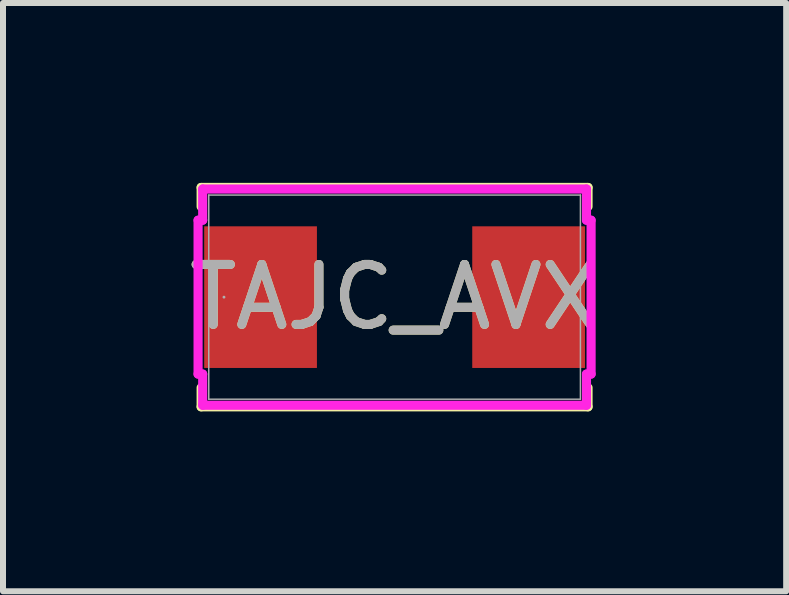
<source format=kicad_pcb>
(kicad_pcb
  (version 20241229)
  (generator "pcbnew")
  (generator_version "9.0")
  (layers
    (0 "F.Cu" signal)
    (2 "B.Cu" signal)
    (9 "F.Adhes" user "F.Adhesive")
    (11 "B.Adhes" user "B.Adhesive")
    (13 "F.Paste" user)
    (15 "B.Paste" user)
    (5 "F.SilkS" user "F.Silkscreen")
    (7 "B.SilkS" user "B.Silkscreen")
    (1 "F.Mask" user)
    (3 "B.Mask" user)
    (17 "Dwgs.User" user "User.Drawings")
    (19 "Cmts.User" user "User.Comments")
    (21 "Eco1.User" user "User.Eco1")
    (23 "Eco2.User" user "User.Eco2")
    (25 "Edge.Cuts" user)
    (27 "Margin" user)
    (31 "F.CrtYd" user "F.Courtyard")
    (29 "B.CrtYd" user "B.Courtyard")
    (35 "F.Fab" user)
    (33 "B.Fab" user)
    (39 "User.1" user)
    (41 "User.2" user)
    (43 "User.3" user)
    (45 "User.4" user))
  (footprint "TAJC_AVX"
    (layer "F.Cu")
    (at 3.53 1.905)
    (property "Reference" "TAJC_AVX" (at 0 0 0) (unlocked yes) (layer "F.SilkS") (effects (font (size 1 1) (thickness 0.15))))
    (attr smd)
    (fp_line (start -3.226 -1.829) (end -3.226 -1.51) (stroke (width 0.152) (type solid)) (layer "F.SilkS"))
    (fp_line (start -3.226 1.51) (end -3.226 1.829) (stroke (width 0.152) (type solid)) (layer "F.SilkS"))
    (fp_line (start -3.226 1.829) (end 3.226 1.829) (stroke (width 0.152) (type solid)) (layer "F.SilkS"))
    (fp_line (start 3.226 -1.829) (end -3.226 -1.829) (stroke (width 0.152) (type solid)) (layer "F.SilkS"))
    (fp_line (start 3.226 -1.51) (end 3.226 -1.829) (stroke (width 0.152) (type solid)) (layer "F.SilkS"))
    (fp_line (start 3.226 1.829) (end 3.226 1.51) (stroke (width 0.152) (type solid)) (layer "F.SilkS"))
    (fp_line (start -3.277 -1.283) (end -3.2 -1.283) (stroke (width 0.152) (type solid)) (layer "F.CrtYd"))
    (fp_line (start -3.277 1.283) (end -3.277 -1.283) (stroke (width 0.152) (type solid)) (layer "F.CrtYd"))
    (fp_line (start -3.2 -1.803) (end 3.2 -1.803) (stroke (width 0.152) (type solid)) (layer "F.CrtYd"))
    (fp_line (start -3.2 -1.283) (end -3.2 -1.803) (stroke (width 0.152) (type solid)) (layer "F.CrtYd"))
    (fp_line (start -3.2 1.283) (end -3.277 1.283) (stroke (width 0.152) (type solid)) (layer "F.CrtYd"))
    (fp_line (start -3.2 1.803) (end -3.2 1.283) (stroke (width 0.152) (type solid)) (layer "F.CrtYd"))
    (fp_line (start 3.2 -1.803) (end 3.2 -1.283) (stroke (width 0.152) (type solid)) (layer "F.CrtYd"))
    (fp_line (start 3.2 -1.283) (end 3.277 -1.283) (stroke (width 0.152) (type solid)) (layer "F.CrtYd"))
    (fp_line (start 3.2 1.283) (end 3.2 1.803) (stroke (width 0.152) (type solid)) (layer "F.CrtYd"))
    (fp_line (start 3.2 1.803) (end -3.2 1.803) (stroke (width 0.152) (type solid)) (layer "F.CrtYd"))
    (fp_line (start 3.277 -1.283) (end 3.277 1.283) (stroke (width 0.152) (type solid)) (layer "F.CrtYd"))
    (fp_line (start 3.277 1.283) (end 3.2 1.283) (stroke (width 0.152) (type solid)) (layer "F.CrtYd"))
    (fp_line (start -3.099 -1.702) (end -3.099 1.702) (stroke (width 0.025) (type solid)) (layer "F.Fab"))
    (fp_line (start -3.099 1.702) (end 3.099 1.702) (stroke (width 0.025) (type solid)) (layer "F.Fab"))
    (fp_line (start 3.099 -1.702) (end -3.099 -1.702) (stroke (width 0.025) (type solid)) (layer "F.Fab"))
    (fp_line (start 3.099 1.702) (end 3.099 -1.702) (stroke (width 0.025) (type solid)) (layer "F.Fab"))
    (fp_circle (center -2.845 0) (end -2.845 0) (stroke (width 0.025) (type solid)) (fill no) (layer "F.Fab"))
    (fp_text user "${REFERENCE}" (at 0 0 0) (unlocked yes) (layer "F.Fab") (effects (font (size 1 1) (thickness 0.15))))
    (pad "1" smd rect (at -2.235 0 90) (size 2.362 1.88) (layers "F.Cu" "F.Mask" "F.Paste"))
    (pad "2" smd rect (at 2.235 0 90) (size 2.362 1.88) (layers "F.Cu" "F.Mask" "F.Paste"))
    (zone (net_name "") (layer "F.Cu") (hatch full 0.508) (connect_pads) (min_thickness 0.254) (filled_areas_thickness no) (keepout (tracks not_allowed) (vias not_allowed) (pads allowed) (copperpour not_allowed) (footprints allowed)) (placement (enabled no)) (fill) (polygon (pts (xy 0.482 0.254) (xy 6.578 0.254) (xy 6.578 0.648) (xy 0.482 0.648))))
    (zone (net_name "") (layer "F.Cu") (hatch full 0.508) (connect_pads) (min_thickness 0.254) (filled_areas_thickness no) (keepout (tracks not_allowed) (vias not_allowed) (pads allowed) (copperpour not_allowed) (footprints allowed)) (placement (enabled no)) (fill) (polygon (pts (xy 0.482 3.162) (xy 6.578 3.162) (xy 6.578 3.556) (xy 0.482 3.556))))
    (zone (net_name "") (layer "F.Cu") (hatch full 0.508) (connect_pads) (min_thickness 0.254) (filled_areas_thickness no) (keepout (tracks not_allowed) (vias not_allowed) (pads allowed) (copperpour not_allowed) (footprints allowed)) (placement (enabled no)) (fill) (polygon (pts (xy 2.285 0.648) (xy 4.774 0.648) (xy 4.774 3.162) (xy 2.285 3.162)))))
  (gr_rect
    (start -3 -3)
    (end 10.06 6.81)
    (stroke (width 0.1) (type default))
    (fill no)
    (layer "Edge.Cuts")))
</source>
